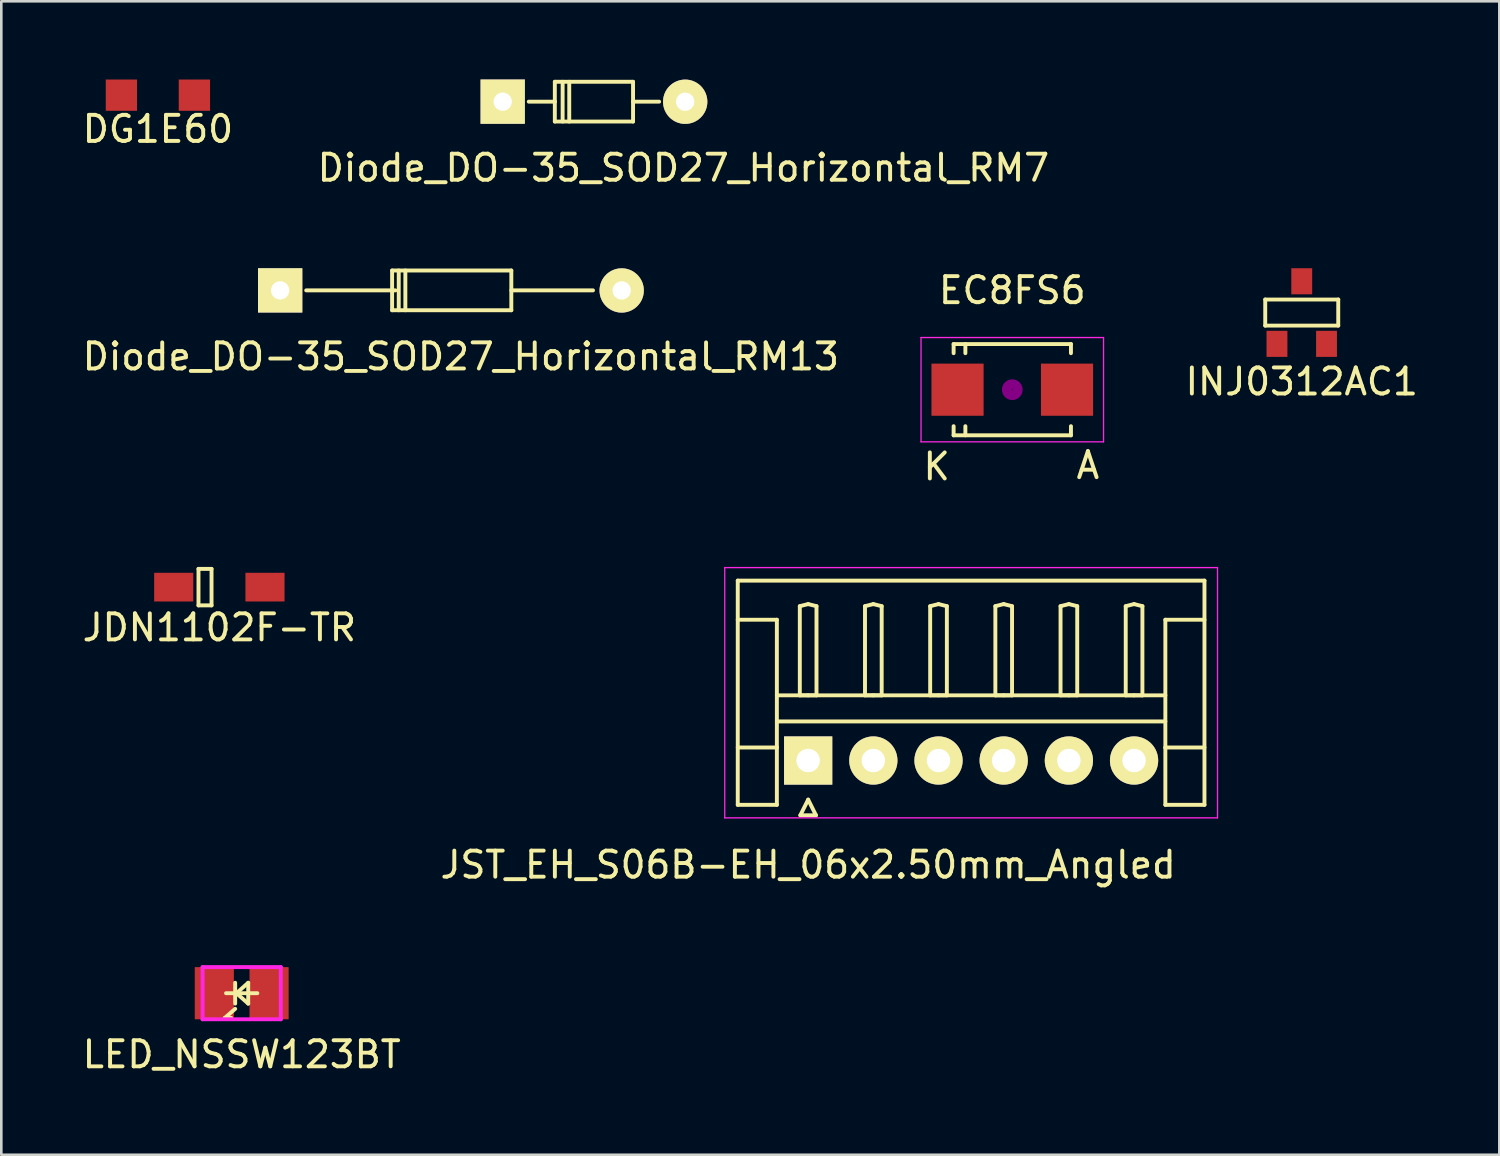
<source format=kicad_pcb>
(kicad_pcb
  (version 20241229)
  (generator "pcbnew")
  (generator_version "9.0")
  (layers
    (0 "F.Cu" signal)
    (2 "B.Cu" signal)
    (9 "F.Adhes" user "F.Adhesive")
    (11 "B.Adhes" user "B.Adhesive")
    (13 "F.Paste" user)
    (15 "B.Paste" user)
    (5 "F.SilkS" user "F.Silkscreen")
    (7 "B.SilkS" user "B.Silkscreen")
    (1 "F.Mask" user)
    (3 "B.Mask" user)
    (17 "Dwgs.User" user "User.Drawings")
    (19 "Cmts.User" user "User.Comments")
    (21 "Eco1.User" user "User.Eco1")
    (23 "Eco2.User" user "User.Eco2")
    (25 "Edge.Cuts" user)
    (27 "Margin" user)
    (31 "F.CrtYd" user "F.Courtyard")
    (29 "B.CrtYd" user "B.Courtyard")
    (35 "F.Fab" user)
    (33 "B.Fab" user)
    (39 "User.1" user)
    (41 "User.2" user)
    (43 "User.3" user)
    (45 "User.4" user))
  (footprint "DG1E60"
    (layer "F.Cu")
    (at 3.006 0.6)
    (property "Reference" "DG1E60" (at 0 1.3 0) (layer "F.SilkS") (effects (font (size 1 1) (thickness 0.15))))
    (attr through_hole)
    (pad "1" smd rect (at -1.4 0) (size 1.2 1.2) (layers "F.Cu" "F.Mask" "F.Paste"))
    (pad "2" smd rect (at 1.4 0) (size 1.2 1.2) (layers "F.Cu" "F.Mask" "F.Paste")))
  (footprint "Diode_DO-35_SOD27_Horizontal_RM7"
    (layer "F.Cu")
    (at 16.23 0.852)
    (property "Reference" "Diode_DO-35_SOD27_Horizontal_RM7" (at 6.931 2.537 0) (layer "F.SilkS") (effects (font (size 1 1) (thickness 0.15))))
    (attr through_hole)
    (fp_line (start 2 -0.765) (end 2 -0.003) (stroke (width 0.15) (type solid)) (layer "F.SilkS"))
    (fp_line (start 2 -0.003) (end 1 -0.003) (stroke (width 0.15) (type solid)) (layer "F.SilkS"))
    (fp_line (start 2 -0.003) (end 2 0.759) (stroke (width 0.15) (type solid)) (layer "F.SilkS"))
    (fp_line (start 2 0.759) (end 5 0.759) (stroke (width 0.15) (type solid)) (layer "F.SilkS"))
    (fp_line (start 2.299 -0.765) (end 2.299 0.759) (stroke (width 0.15) (type solid)) (layer "F.SilkS"))
    (fp_line (start 2.553 -0.765) (end 2.553 0.759) (stroke (width 0.15) (type solid)) (layer "F.SilkS"))
    (fp_line (start 5 -0.765) (end 2 -0.765) (stroke (width 0.15) (type solid)) (layer "F.SilkS"))
    (fp_line (start 5 0.759) (end 5 -0.765) (stroke (width 0.15) (type solid)) (layer "F.SilkS"))
    (fp_line (start 6 -0.003) (end 5 -0.003) (stroke (width 0.15) (type solid)) (layer "F.SilkS"))
    (pad "1" thru_hole rect (at 0.001 -0.003 180) (size 1.699 1.699) (drill 0.701) (layers "*.Cu" "*.Mask" "F.SilkS"))
    (pad "2" thru_hole circle (at 7 0 180) (size 1.699 1.699) (drill 0.701) (layers "*.Cu" "*.Mask" "F.SilkS")))
  (footprint "JST_EH_S06B-EH_06x2.50mm_Angled"
    (layer "F.Cu")
    (at 27.946 26.119)
    (property "Reference" "JST_EH_S06B-EH_06x2.50mm_Angled" (at 0 4 0) (layer "F.SilkS") (effects (font (size 1 1) (thickness 0.15))))
    (attr through_hole)
    (fp_line (start -2.7 -6.9) (end 15.2 -6.9) (stroke (width 0.15) (type solid)) (layer "F.SilkS"))
    (fp_line (start -2.7 -5.4) (end -1.2 -5.4) (stroke (width 0.15) (type solid)) (layer "F.SilkS"))
    (fp_line (start -2.7 1.7) (end -2.7 -6.9) (stroke (width 0.15) (type solid)) (layer "F.SilkS"))
    (fp_line (start -1.2 -5.4) (end -1.2 -0.5) (stroke (width 0.15) (type solid)) (layer "F.SilkS"))
    (fp_line (start -1.2 -2.5) (end 13.7 -2.5) (stroke (width 0.15) (type solid)) (layer "F.SilkS"))
    (fp_line (start -1.2 -1.5) (end 13.7 -1.5) (stroke (width 0.15) (type solid)) (layer "F.SilkS"))
    (fp_line (start -1.2 -0.5) (end -2.7 -0.5) (stroke (width 0.15) (type solid)) (layer "F.SilkS"))
    (fp_line (start -1.2 -0.5) (end -1.2 1.7) (stroke (width 0.15) (type solid)) (layer "F.SilkS"))
    (fp_line (start -1.2 1.7) (end -2.7 1.7) (stroke (width 0.15) (type solid)) (layer "F.SilkS"))
    (fp_line (start -0.32 -5.92) (end 0 -6) (stroke (width 0.15) (type solid)) (layer "F.SilkS"))
    (fp_line (start -0.32 -2.5) (end -0.32 -5.92) (stroke (width 0.15) (type solid)) (layer "F.SilkS"))
    (fp_line (start -0.3 2.1) (end 0.3 2.1) (stroke (width 0.15) (type solid)) (layer "F.SilkS"))
    (fp_line (start 0 -6) (end 0.32 -5.92) (stroke (width 0.15) (type solid)) (layer "F.SilkS"))
    (fp_line (start 0 -2.5) (end -0.32 -2.5) (stroke (width 0.15) (type solid)) (layer "F.SilkS"))
    (fp_line (start 0 1.5) (end -0.3 2.1) (stroke (width 0.15) (type solid)) (layer "F.SilkS"))
    (fp_line (start 0.3 2.1) (end 0 1.5) (stroke (width 0.15) (type solid)) (layer "F.SilkS"))
    (fp_line (start 0.32 -5.92) (end 0.32 -2.5) (stroke (width 0.15) (type solid)) (layer "F.SilkS"))
    (fp_line (start 0.32 -2.5) (end 0 -2.5) (stroke (width 0.15) (type solid)) (layer "F.SilkS"))
    (fp_line (start 2.18 -5.92) (end 2.5 -6) (stroke (width 0.15) (type solid)) (layer "F.SilkS"))
    (fp_line (start 2.18 -2.5) (end 2.18 -5.92) (stroke (width 0.15) (type solid)) (layer "F.SilkS"))
    (fp_line (start 2.5 -6) (end 2.82 -5.92) (stroke (width 0.15) (type solid)) (layer "F.SilkS"))
    (fp_line (start 2.5 -2.5) (end 2.18 -2.5) (stroke (width 0.15) (type solid)) (layer "F.SilkS"))
    (fp_line (start 2.82 -5.92) (end 2.82 -2.5) (stroke (width 0.15) (type solid)) (layer "F.SilkS"))
    (fp_line (start 2.82 -2.5) (end 2.5 -2.5) (stroke (width 0.15) (type solid)) (layer "F.SilkS"))
    (fp_line (start 4.68 -5.92) (end 5 -6) (stroke (width 0.15) (type solid)) (layer "F.SilkS"))
    (fp_line (start 4.68 -2.5) (end 4.68 -5.92) (stroke (width 0.15) (type solid)) (layer "F.SilkS"))
    (fp_line (start 5 -6) (end 5.32 -5.92) (stroke (width 0.15) (type solid)) (layer "F.SilkS"))
    (fp_line (start 5 -2.5) (end 4.68 -2.5) (stroke (width 0.15) (type solid)) (layer "F.SilkS"))
    (fp_line (start 5.32 -5.92) (end 5.32 -2.5) (stroke (width 0.15) (type solid)) (layer "F.SilkS"))
    (fp_line (start 5.32 -2.5) (end 5 -2.5) (stroke (width 0.15) (type solid)) (layer "F.SilkS"))
    (fp_line (start 7.18 -5.92) (end 7.5 -6) (stroke (width 0.15) (type solid)) (layer "F.SilkS"))
    (fp_line (start 7.18 -2.5) (end 7.18 -5.92) (stroke (width 0.15) (type solid)) (layer "F.SilkS"))
    (fp_line (start 7.5 -6) (end 7.82 -5.92) (stroke (width 0.15) (type solid)) (layer "F.SilkS"))
    (fp_line (start 7.5 -2.5) (end 7.18 -2.5) (stroke (width 0.15) (type solid)) (layer "F.SilkS"))
    (fp_line (start 7.82 -5.92) (end 7.82 -2.5) (stroke (width 0.15) (type solid)) (layer "F.SilkS"))
    (fp_line (start 7.82 -2.5) (end 7.5 -2.5) (stroke (width 0.15) (type solid)) (layer "F.SilkS"))
    (fp_line (start 9.68 -5.92) (end 10 -6) (stroke (width 0.15) (type solid)) (layer "F.SilkS"))
    (fp_line (start 9.68 -2.5) (end 9.68 -5.92) (stroke (width 0.15) (type solid)) (layer "F.SilkS"))
    (fp_line (start 10 -6) (end 10.32 -5.92) (stroke (width 0.15) (type solid)) (layer "F.SilkS"))
    (fp_line (start 10 -2.5) (end 9.68 -2.5) (stroke (width 0.15) (type solid)) (layer "F.SilkS"))
    (fp_line (start 10.32 -5.92) (end 10.32 -2.5) (stroke (width 0.15) (type solid)) (layer "F.SilkS"))
    (fp_line (start 10.32 -2.5) (end 10 -2.5) (stroke (width 0.15) (type solid)) (layer "F.SilkS"))
    (fp_line (start 12.18 -5.92) (end 12.5 -6) (stroke (width 0.15) (type solid)) (layer "F.SilkS"))
    (fp_line (start 12.18 -2.5) (end 12.18 -5.92) (stroke (width 0.15) (type solid)) (layer "F.SilkS"))
    (fp_line (start 12.5 -6) (end 12.82 -5.92) (stroke (width 0.15) (type solid)) (layer "F.SilkS"))
    (fp_line (start 12.5 -2.5) (end 12.18 -2.5) (stroke (width 0.15) (type solid)) (layer "F.SilkS"))
    (fp_line (start 12.82 -5.92) (end 12.82 -2.5) (stroke (width 0.15) (type solid)) (layer "F.SilkS"))
    (fp_line (start 12.82 -2.5) (end 12.5 -2.5) (stroke (width 0.15) (type solid)) (layer "F.SilkS"))
    (fp_line (start 13.7 -5.4) (end 13.7 -0.5) (stroke (width 0.15) (type solid)) (layer "F.SilkS"))
    (fp_line (start 13.7 -0.5) (end 15.2 -0.5) (stroke (width 0.15) (type solid)) (layer "F.SilkS"))
    (fp_line (start 13.7 1.7) (end 13.7 -0.5) (stroke (width 0.15) (type solid)) (layer "F.SilkS"))
    (fp_line (start 15.2 -6.9) (end 15.2 1.7) (stroke (width 0.15) (type solid)) (layer "F.SilkS"))
    (fp_line (start 15.2 -5.4) (end 13.7 -5.4) (stroke (width 0.15) (type solid)) (layer "F.SilkS"))
    (fp_line (start 15.2 1.7) (end 13.7 1.7) (stroke (width 0.15) (type solid)) (layer "F.SilkS"))
    (fp_line (start -3.2 -7.4) (end -3.2 2.2) (stroke (width 0.05) (type solid)) (layer "F.CrtYd"))
    (fp_line (start -3.2 2.2) (end 15.7 2.2) (stroke (width 0.05) (type solid)) (layer "F.CrtYd"))
    (fp_line (start 15.7 -7.4) (end -3.2 -7.4) (stroke (width 0.05) (type solid)) (layer "F.CrtYd"))
    (fp_line (start 15.7 2.2) (end 15.7 -7.4) (stroke (width 0.05) (type solid)) (layer "F.CrtYd"))
    (pad "1" thru_hole rect (at 0 0) (size 1.85 1.85) (drill 0.9) (layers "*.Cu" "*.Mask" "F.SilkS"))
    (pad "2" thru_hole circle (at 2.5 0) (size 1.85 1.85) (drill 0.9) (layers "*.Cu" "*.Mask" "F.SilkS"))
    (pad "3" thru_hole circle (at 5 0) (size 1.85 1.85) (drill 0.9) (layers "*.Cu" "*.Mask" "F.SilkS"))
    (pad "4" thru_hole circle (at 7.5 0) (size 1.85 1.85) (drill 0.9) (layers "*.Cu" "*.Mask" "F.SilkS"))
    (pad "5" thru_hole circle (at 10 0) (size 1.85 1.85) (drill 0.9) (layers "*.Cu" "*.Mask" "F.SilkS"))
    (pad "6" thru_hole circle (at 12.5 0) (size 1.85 1.85) (drill 0.9) (layers "*.Cu" "*.Mask" "F.SilkS")))
  (footprint "LED_NSSW123BT"
    (layer "F.Cu")
    (at 6.22 35.043)
    (property "Reference" "LED_NSSW123BT" (at 0 2.35 0) (layer "F.SilkS") (effects (font (size 1 1) (thickness 0.15))))
    (attr through_hole)
    (fp_line (start -0.65 0.95) (end -0.4 0.95) (stroke (width 0.15) (type solid)) (layer "F.SilkS"))
    (fp_line (start -0.6 0) (end 0.6 0) (stroke (width 0.15) (type solid)) (layer "F.SilkS"))
    (fp_line (start -0.25 -0.4) (end -0.25 0.4) (stroke (width 0.15) (type solid)) (layer "F.SilkS"))
    (fp_line (start -0.25 0.6) (end -0.65 0.95) (stroke (width 0.15) (type solid)) (layer "F.SilkS"))
    (fp_line (start -0.2 0) (end 0.25 -0.4) (stroke (width 0.15) (type solid)) (layer "F.SilkS"))
    (fp_line (start 0.25 -0.4) (end 0.25 0.4) (stroke (width 0.15) (type solid)) (layer "F.SilkS"))
    (fp_line (start 0.25 0.4) (end -0.2 0) (stroke (width 0.15) (type solid)) (layer "F.SilkS"))
    (fp_line (start -1.5 -1) (end 1.5 -1) (stroke (width 0.15) (type solid)) (layer "F.CrtYd"))
    (fp_line (start -1.5 1) (end -1.5 -1) (stroke (width 0.15) (type solid)) (layer "F.CrtYd"))
    (fp_line (start 1.5 -1) (end 1.5 1) (stroke (width 0.15) (type solid)) (layer "F.CrtYd"))
    (fp_line (start 1.5 1) (end -1.5 1) (stroke (width 0.15) (type solid)) (layer "F.CrtYd"))
    (pad "1" smd rect (at -1.05 0) (size 1.5 2) (layers "F.Cu" "F.Mask" "F.Paste"))
    (pad "2" smd rect (at 1.05 0) (size 1.5 2) (layers "F.Cu" "F.Mask" "F.Paste")))
  (footprint "Diode_DO-35_SOD27_Horizontal_RM13"
    (layer "F.Cu")
    (at 7.694 8.09)
    (property "Reference" "Diode_DO-35_SOD27_Horizontal_RM13" (at 6.931 2.537 0) (layer "F.SilkS") (effects (font (size 1 1) (thickness 0.15))))
    (attr through_hole)
    (fp_line (start 4.295 -0.765) (end 4.295 -0.003) (stroke (width 0.15) (type solid)) (layer "F.SilkS"))
    (fp_line (start 4.295 -0.003) (end 4.295 0.759) (stroke (width 0.15) (type solid)) (layer "F.SilkS"))
    (fp_line (start 4.295 0.759) (end 8.867 0.759) (stroke (width 0.15) (type solid)) (layer "F.SilkS"))
    (fp_line (start 4.422 -0.003) (end 1 -0.003) (stroke (width 0.15) (type solid)) (layer "F.SilkS"))
    (fp_line (start 4.549 -0.765) (end 4.549 0.759) (stroke (width 0.15) (type solid)) (layer "F.SilkS"))
    (fp_line (start 4.803 -0.765) (end 4.803 0.759) (stroke (width 0.15) (type solid)) (layer "F.SilkS"))
    (fp_line (start 8.867 -0.765) (end 4.295 -0.765) (stroke (width 0.15) (type solid)) (layer "F.SilkS"))
    (fp_line (start 8.867 -0.003) (end 12 -0.003) (stroke (width 0.15) (type solid)) (layer "F.SilkS"))
    (fp_line (start 8.867 0.759) (end 8.867 -0.765) (stroke (width 0.15) (type solid)) (layer "F.SilkS"))
    (pad "1" thru_hole rect (at 0.001 -0.003 180) (size 1.699 1.699) (drill 0.701) (layers "*.Cu" "*.Mask" "F.SilkS"))
    (pad "2" thru_hole circle (at 13.1 0 180) (size 1.699 1.699) (drill 0.701) (layers "*.Cu" "*.Mask" "F.SilkS")))
  (footprint "INJ0312AC1"
    (layer "F.Cu")
    (at 46.877 8.938)
    (property "Reference" "INJ0312AC1" (at 0 2.65 0) (layer "F.SilkS") (effects (font (size 1 1) (thickness 0.15))))
    (attr through_hole)
    (fp_line (start -1.4 -0.5) (end -1.4 0.5) (stroke (width 0.15) (type solid)) (layer "F.SilkS"))
    (fp_line (start -1.4 -0.5) (end 1.4 -0.5) (stroke (width 0.15) (type solid)) (layer "F.SilkS"))
    (fp_line (start -1.4 0.5) (end 1.4 0.5) (stroke (width 0.15) (type solid)) (layer "F.SilkS"))
    (fp_line (start 1.4 -0.5) (end 1.4 0.5) (stroke (width 0.15) (type solid)) (layer "F.SilkS"))
    (pad "1" smd rect (at -0.95 1.2) (size 0.8 1) (layers "F.Cu" "F.Mask" "F.Paste"))
    (pad "2" smd rect (at 0.95 1.2) (size 0.8 1) (layers "F.Cu" "F.Mask" "F.Paste"))
    (pad "3" smd rect (at 0 -1.2) (size 0.8 1) (layers "F.Cu" "F.Mask" "F.Paste")))
  (footprint "JDN1102F-TR"
    (layer "F.Cu")
    (at 5.363 19.469)
    (property "Reference" "JDN1102F-TR" (at 0 1.55 0) (layer "F.SilkS") (effects (font (size 1 1) (thickness 0.15))))
    (attr through_hole)
    (fp_line (start -0.8 -0.7) (end -0.3 -0.7) (stroke (width 0.15) (type solid)) (layer "F.SilkS"))
    (fp_line (start -0.8 0.7) (end -0.8 -0.7) (stroke (width 0.15) (type solid)) (layer "F.SilkS"))
    (fp_line (start -0.3 -0.7) (end -0.3 0.7) (stroke (width 0.15) (type solid)) (layer "F.SilkS"))
    (fp_line (start -0.3 0.7) (end -0.8 0.7) (stroke (width 0.15) (type solid)) (layer "F.SilkS"))
    (pad "1" smd rect (at -1.75 0) (size 1.5 1.1) (layers "F.Cu" "F.Mask" "F.Paste"))
    (pad "2" smd rect (at 1.75 0) (size 1.5 1.1) (layers "F.Cu" "F.Mask" "F.Paste")))
  (footprint "EC8FS6"
    (layer "F.Cu")
    (at 35.775 11.896)
    (property "Reference" "EC8FS6" (at 0 -3.81 0) (layer "F.SilkS") (effects (font (size 1 1) (thickness 0.15))))
    (attr smd)
    (fp_line (start -2.25 -1.75) (end -2.25 -1.4) (stroke (width 0.15) (type solid)) (layer "F.SilkS"))
    (fp_line (start -2.25 -1.75) (end 2.25 -1.75) (stroke (width 0.15) (type solid)) (layer "F.SilkS"))
    (fp_line (start -2.25 1.75) (end -2.25 1.4) (stroke (width 0.15) (type solid)) (layer "F.SilkS"))
    (fp_line (start -2.25 1.75) (end 2.25 1.75) (stroke (width 0.15) (type solid)) (layer "F.SilkS"))
    (fp_line (start -1.799 -1.75) (end -1.799 -1.4) (stroke (width 0.15) (type solid)) (layer "F.SilkS"))
    (fp_line (start -1.799 1.75) (end -1.799 1.4) (stroke (width 0.15) (type solid)) (layer "F.SilkS"))
    (fp_line (start 2.25 -1.75) (end 2.25 -1.4) (stroke (width 0.15) (type solid)) (layer "F.SilkS"))
    (fp_line (start 2.25 1.75) (end 2.25 1.4) (stroke (width 0.15) (type solid)) (layer "F.SilkS"))
    (fp_circle (center 0 0) (end 0.201 -0.051) (stroke (width 0.381) (type solid)) (fill no) (layer "F.Adhes"))
    (fp_line (start -3.5 -2) (end 3.5 -2) (stroke (width 0.05) (type solid)) (layer "F.CrtYd"))
    (fp_line (start -3.5 2) (end -3.5 -2) (stroke (width 0.05) (type solid)) (layer "F.CrtYd"))
    (fp_line (start 3.5 -2) (end 3.5 2) (stroke (width 0.05) (type solid)) (layer "F.CrtYd"))
    (fp_line (start 3.5 2) (end -3.5 2) (stroke (width 0.05) (type solid)) (layer "F.CrtYd"))
    (fp_text user "K" (at -2.9 2.95 0) (layer "F.SilkS") (effects (font (size 1 1) (thickness 0.15))))
    (fp_text user "A" (at 2.9 2.9 0) (layer "F.SilkS") (effects (font (size 1 1) (thickness 0.15))))
    (pad "1" smd rect (at -2.1 0) (size 2 2) (layers "F.Cu" "F.Mask" "F.Paste"))
    (pad "2" smd rect (at 2.1 0) (size 2 2) (layers "F.Cu" "F.Mask" "F.Paste")))
  (gr_rect
    (start -3 -3)
    (end 54.455 41.241)
    (stroke (width 0.1) (type default))
    (fill no)
    (layer "Edge.Cuts")))
</source>
